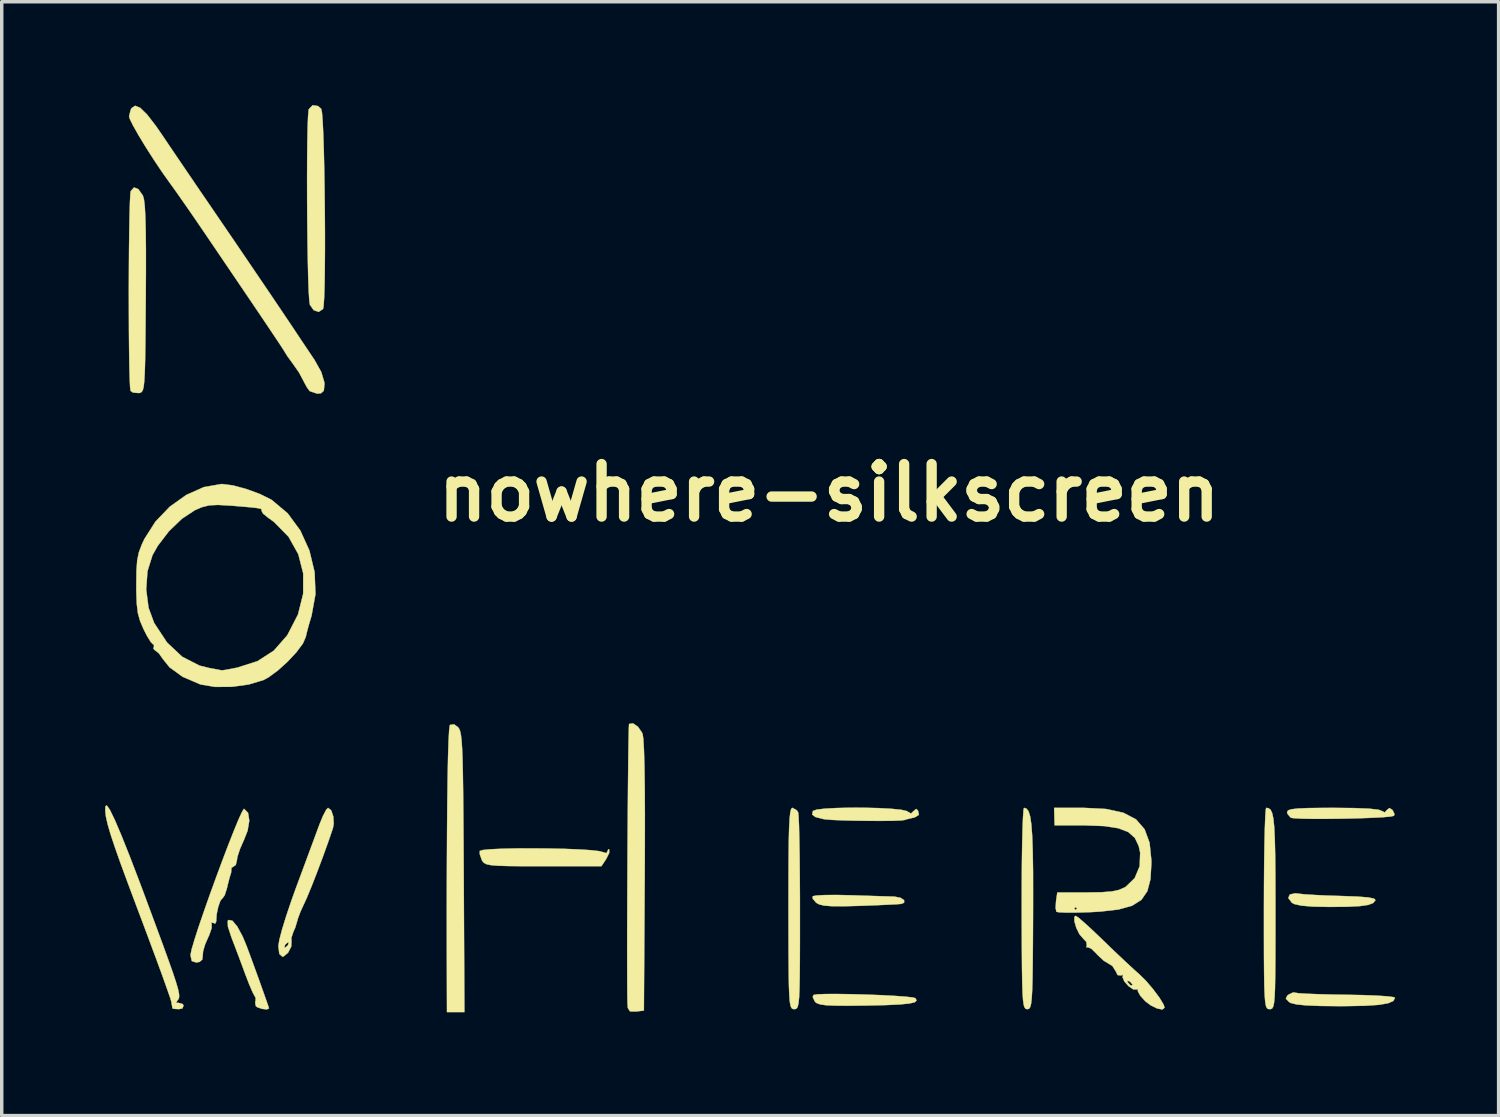
<source format=kicad_pcb>
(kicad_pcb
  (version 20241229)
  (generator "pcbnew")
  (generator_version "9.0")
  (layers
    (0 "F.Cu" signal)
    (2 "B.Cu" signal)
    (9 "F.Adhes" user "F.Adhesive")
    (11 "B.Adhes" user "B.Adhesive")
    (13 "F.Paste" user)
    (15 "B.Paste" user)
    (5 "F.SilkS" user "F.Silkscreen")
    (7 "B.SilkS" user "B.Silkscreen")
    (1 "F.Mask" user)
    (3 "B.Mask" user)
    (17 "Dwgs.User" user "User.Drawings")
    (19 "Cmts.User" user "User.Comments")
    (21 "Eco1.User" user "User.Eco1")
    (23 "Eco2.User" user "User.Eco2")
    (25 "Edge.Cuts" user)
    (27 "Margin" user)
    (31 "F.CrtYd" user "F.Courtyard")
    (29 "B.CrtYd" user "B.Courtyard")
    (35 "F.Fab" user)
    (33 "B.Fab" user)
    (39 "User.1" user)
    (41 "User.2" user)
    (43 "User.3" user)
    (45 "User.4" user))
  (footprint "nowhere-silkscreen"
    (layer "F.Cu")
    (at 21.014 11.253)
    (property "Reference" "nowhere-silkscreen" (at 0 0 0) (layer "F.SilkS") (effects (font (size 1.524 1.524) (thickness 0.3))))
    (attr through_hole)
    (fp_poly (pts (xy 13.618 11.634) (xy 13.79 11.653) (xy 14.088 11.672) (xy 14.47 11.69) (xy 14.869 11.702) (xy 15.338 11.719) (xy 15.65 11.744) (xy 15.819 11.779) (xy 15.858 11.824) (xy 15.792 11.904) (xy 15.65 11.96) (xy 15.408 11.995) (xy 15.044 12.014) (xy 14.534 12.019) (xy 14.52 12.019) (xy 14.04 12.01) (xy 13.707 11.982) (xy 13.5 11.935) (xy 13.432 11.899) (xy 13.328 11.763) (xy 13.368 11.66) (xy 13.53 11.623)) (stroke (width 0.01) (type solid)) (fill yes) (layer "F.SilkS"))
    (fp_poly (pts (xy 0.643 14.552) (xy 1.079 14.564) (xy 1.512 14.58) (xy 1.905 14.601) (xy 2.225 14.624) (xy 2.437 14.649) (xy 2.505 14.668) (xy 2.54 14.735) (xy 2.486 14.786) (xy 2.325 14.823) (xy 2.043 14.85) (xy 1.623 14.869) (xy 1.073 14.881) (xy 0.549 14.887) (xy 0.169 14.884) (xy -0.093 14.872) (xy -0.262 14.847) (xy -0.364 14.809) (xy -0.412 14.768) (xy -0.475 14.637) (xy -0.454 14.575) (xy -0.346 14.556) (xy -0.104 14.547) (xy 0.237 14.546)) (stroke (width 0.01) (type solid)) (fill yes) (layer "F.SilkS"))
    (fp_poly (pts (xy 0.604 11.68) (xy 0.618 11.68) (xy 1.044 11.694) (xy 1.429 11.706) (xy 1.73 11.715) (xy 1.898 11.72) (xy 2.074 11.755) (xy 2.177 11.825) (xy 2.176 11.897) (xy 2.098 11.93) (xy 1.976 11.941) (xy 1.721 11.954) (xy 1.367 11.97) (xy 0.952 11.986) (xy 0.889 11.988) (xy 0.413 12) (xy 0.076 11.998) (xy -0.15 11.98) (xy -0.296 11.943) (xy -0.375 11.898) (xy -0.477 11.78) (xy -0.476 11.709) (xy -0.372 11.688) (xy -0.134 11.675) (xy 0.203 11.672)) (stroke (width 0.01) (type solid)) (fill yes) (layer "F.SilkS"))
    (fp_poly (pts (xy 13.528 14.509) (xy 13.633 14.525) (xy 13.878 14.54) (xy 14.233 14.553) (xy 14.668 14.564) (xy 15.013 14.569) (xy 15.481 14.578) (xy 15.883 14.593) (xy 16.192 14.613) (xy 16.38 14.637) (xy 16.425 14.655) (xy 16.378 14.746) (xy 16.227 14.814) (xy 15.956 14.861) (xy 15.552 14.888) (xy 14.998 14.898) (xy 14.801 14.899) (xy 14.244 14.893) (xy 13.837 14.876) (xy 13.561 14.848) (xy 13.397 14.806) (xy 13.355 14.783) (xy 13.256 14.682) (xy 13.297 14.596) (xy 13.33 14.567) (xy 13.467 14.501)) (stroke (width 0.01) (type solid)) (fill yes) (layer "F.SilkS"))
    (fp_poly (pts (xy -10.773 6.801) (xy -10.739 6.846) (xy -10.71 6.915) (xy -10.687 7.024) (xy -10.667 7.186) (xy -10.652 7.417) (xy -10.639 7.731) (xy -10.63 8.142) (xy -10.622 8.664) (xy -10.616 9.313) (xy -10.61 10.103) (xy -10.605 11.01) (xy -10.585 15.071) (xy -11.091 15.071) (xy -11.093 14.541) (xy -11.096 13.215) (xy -11.097 11.99) (xy -11.094 10.876) (xy -11.089 9.878) (xy -11.082 9.004) (xy -11.072 8.261) (xy -11.06 7.657) (xy -11.045 7.198) (xy -11.028 6.893) (xy -11.009 6.748) (xy -11.004 6.737) (xy -10.883 6.72)) (stroke (width 0.01) (type solid)) (fill yes) (layer "F.SilkS"))
    (fp_poly (pts (xy 15.243 9.15) (xy 15.679 9.168) (xy 15.949 9.199) (xy 16.05 9.238) (xy 16.126 9.277) (xy 16.178 9.217) (xy 16.263 9.148) (xy 16.353 9.207) (xy 16.41 9.326) (xy 16.392 9.375) (xy 16.29 9.397) (xy 16.053 9.417) (xy 15.715 9.434) (xy 15.31 9.448) (xy 14.873 9.458) (xy 14.437 9.463) (xy 14.036 9.463) (xy 13.706 9.457) (xy 13.48 9.444) (xy 13.399 9.43) (xy 13.301 9.315) (xy 13.293 9.264) (xy 13.32 9.218) (xy 13.416 9.185) (xy 13.604 9.163) (xy 13.905 9.15) (xy 14.342 9.145) (xy 14.642 9.144)) (stroke (width 0.01) (type solid)) (fill yes) (layer "F.SilkS"))
    (fp_poly (pts (xy -17.32 12.419) (xy -17.179 12.586) (xy -17.021 12.879) (xy -16.902 13.166) (xy -16.801 13.437) (xy -16.681 13.766) (xy -16.554 14.114) (xy -16.436 14.446) (xy -16.338 14.723) (xy -16.274 14.908) (xy -16.257 14.965) (xy -16.321 14.994) (xy -16.461 14.977) (xy -16.596 14.931) (xy -16.64 14.896) (xy -16.66 14.778) (xy -16.646 14.755) (xy -16.644 14.656) (xy -16.67 14.613) (xy -16.734 14.492) (xy -16.834 14.259) (xy -16.949 13.962) (xy -16.961 13.928) (xy -17.099 13.555) (xy -17.243 13.173) (xy -17.35 12.894) (xy -17.449 12.589) (xy -17.454 12.423) (xy -17.433 12.398)) (stroke (width 0.01) (type solid)) (fill yes) (layer "F.SilkS"))
    (fp_poly (pts (xy -8.131 10.324) (xy -7.669 10.334) (xy -7.251 10.351) (xy -6.91 10.373) (xy -6.674 10.4) (xy -6.587 10.423) (xy -6.462 10.459) (xy -6.435 10.403) (xy -6.402 10.342) (xy -6.381 10.355) (xy -6.384 10.455) (xy -6.466 10.621) (xy -6.467 10.623) (xy -6.608 10.837) (xy -8.296 10.837) (xy -8.872 10.837) (xy -9.301 10.833) (xy -9.607 10.824) (xy -9.814 10.807) (xy -9.943 10.78) (xy -10.019 10.741) (xy -10.064 10.688) (xy -10.078 10.663) (xy -10.139 10.489) (xy -10.14 10.396) (xy -10.049 10.367) (xy -9.82 10.345) (xy -9.483 10.33) (xy -9.069 10.321) (xy -8.608 10.32)) (stroke (width 0.01) (type solid)) (fill yes) (layer "F.SilkS"))
    (fp_poly (pts (xy 1.03 9.141) (xy 1.441 9.151) (xy 1.806 9.171) (xy 2.088 9.199) (xy 2.252 9.236) (xy 2.273 9.249) (xy 2.376 9.309) (xy 2.448 9.24) (xy 2.527 9.174) (xy 2.58 9.225) (xy 2.607 9.345) (xy 2.489 9.419) (xy 2.4 9.44) (xy 2.247 9.477) (xy 2.201 9.494) (xy 2.093 9.509) (xy 1.854 9.519) (xy 1.524 9.522) (xy 1.142 9.521) (xy 0.747 9.516) (xy 0.378 9.506) (xy 0.074 9.493) (xy -0.127 9.476) (xy -0.156 9.471) (xy -0.397 9.41) (xy -0.493 9.338) (xy -0.47 9.236) (xy -0.469 9.234) (xy -0.364 9.196) (xy -0.125 9.167) (xy 0.211 9.149) (xy 0.607 9.14)) (stroke (width 0.01) (type solid)) (fill yes) (layer "F.SilkS"))
    (fp_poly (pts (xy -5.548 6.79) (xy -5.429 6.963) (xy -5.414 6.997) (xy -5.392 7.145) (xy -5.374 7.458) (xy -5.36 7.93) (xy -5.351 8.557) (xy -5.347 9.332) (xy -5.348 10.252) (xy -5.352 11.127) (xy -5.376 15.028) (xy -5.609 15.055) (xy -5.778 15.052) (xy -5.841 14.954) (xy -5.851 14.843) (xy -5.856 14.626) (xy -5.859 14.277) (xy -5.86 13.816) (xy -5.861 13.262) (xy -5.86 12.636) (xy -5.858 11.959) (xy -5.855 11.248) (xy -5.852 10.526) (xy -5.847 9.812) (xy -5.842 9.125) (xy -5.837 8.486) (xy -5.831 7.915) (xy -5.825 7.432) (xy -5.818 7.057) (xy -5.812 6.809) (xy -5.806 6.709) (xy -5.805 6.708) (xy -5.69 6.693)) (stroke (width 0.01) (type solid)) (fill yes) (layer "F.SilkS"))
    (fp_poly (pts (xy -14.833 -11.225) (xy -14.741 -11.144) (xy -14.719 -11.036) (xy -14.699 -10.783) (xy -14.681 -10.41) (xy -14.666 -9.941) (xy -14.653 -9.4) (xy -14.644 -8.811) (xy -14.637 -8.2) (xy -14.633 -7.59) (xy -14.633 -7.007) (xy -14.637 -6.473) (xy -14.644 -6.015) (xy -14.656 -5.656) (xy -14.672 -5.42) (xy -14.688 -5.336) (xy -14.814 -5.251) (xy -14.96 -5.301) (xy -15.07 -5.46) (xy -15.088 -5.591) (xy -15.105 -5.865) (xy -15.119 -6.258) (xy -15.13 -6.743) (xy -15.139 -7.296) (xy -15.146 -7.891) (xy -15.15 -8.503) (xy -15.151 -9.107) (xy -15.149 -9.676) (xy -15.144 -10.187) (xy -15.135 -10.612) (xy -15.123 -10.928) (xy -15.107 -11.108) (xy -15.101 -11.133) (xy -14.99 -11.248)) (stroke (width 0.01) (type solid)) (fill yes) (layer "F.SilkS"))
    (fp_poly (pts (xy -20.05 -8.815) (xy -19.918 -8.629) (xy -19.887 -8.523) (xy -19.863 -8.328) (xy -19.846 -8.032) (xy -19.835 -7.621) (xy -19.829 -7.08) (xy -19.829 -6.395) (xy -19.833 -5.673) (xy -19.839 -4.918) (xy -19.845 -4.316) (xy -19.852 -3.849) (xy -19.862 -3.499) (xy -19.876 -3.249) (xy -19.894 -3.081) (xy -19.919 -2.98) (xy -19.952 -2.926) (xy -19.993 -2.903) (xy -20.037 -2.895) (xy -20.206 -2.91) (xy -20.274 -2.958) (xy -20.288 -3.063) (xy -20.3 -3.314) (xy -20.31 -3.685) (xy -20.317 -4.152) (xy -20.322 -4.691) (xy -20.324 -5.278) (xy -20.325 -5.888) (xy -20.323 -6.497) (xy -20.319 -7.08) (xy -20.312 -7.613) (xy -20.304 -8.072) (xy -20.293 -8.433) (xy -20.281 -8.67) (xy -20.269 -8.756) (xy -20.175 -8.862)) (stroke (width 0.01) (type solid)) (fill yes) (layer "F.SilkS"))
    (fp_poly (pts (xy 5.73 9.167) (xy 5.789 9.245) (xy 5.835 9.393) (xy 5.87 9.627) (xy 5.894 9.96) (xy 5.91 10.408) (xy 5.919 10.986) (xy 5.92 11.708) (xy 5.919 12.285) (xy 5.915 13.033) (xy 5.91 13.629) (xy 5.904 14.089) (xy 5.894 14.432) (xy 5.88 14.675) (xy 5.861 14.834) (xy 5.836 14.928) (xy 5.804 14.973) (xy 5.763 14.986) (xy 5.751 14.986) (xy 5.71 14.979) (xy 5.676 14.945) (xy 5.65 14.869) (xy 5.63 14.734) (xy 5.615 14.523) (xy 5.605 14.22) (xy 5.598 13.808) (xy 5.594 13.271) (xy 5.591 12.591) (xy 5.59 12.065) (xy 5.591 11.381) (xy 5.595 10.754) (xy 5.603 10.203) (xy 5.614 9.747) (xy 5.628 9.406) (xy 5.643 9.2) (xy 5.657 9.144)) (stroke (width 0.01) (type solid)) (fill yes) (layer "F.SilkS"))
    (fp_poly (pts (xy 12.756 9.155) (xy 12.814 9.2) (xy 12.859 9.294) (xy 12.893 9.453) (xy 12.918 9.694) (xy 12.935 10.032) (xy 12.946 10.485) (xy 12.952 11.067) (xy 12.954 11.796) (xy 12.954 12.167) (xy 12.954 12.931) (xy 12.952 13.544) (xy 12.948 14.02) (xy 12.941 14.378) (xy 12.93 14.635) (xy 12.913 14.807) (xy 12.89 14.911) (xy 12.86 14.964) (xy 12.822 14.984) (xy 12.787 14.986) (xy 12.742 14.981) (xy 12.706 14.955) (xy 12.678 14.892) (xy 12.657 14.775) (xy 12.642 14.587) (xy 12.631 14.312) (xy 12.625 13.933) (xy 12.621 13.433) (xy 12.62 12.796) (xy 12.62 12.065) (xy 12.622 11.381) (xy 12.627 10.754) (xy 12.635 10.203) (xy 12.646 9.747) (xy 12.659 9.406) (xy 12.673 9.2) (xy 12.686 9.144)) (stroke (width 0.01) (type solid)) (fill yes) (layer "F.SilkS"))
    (fp_poly (pts (xy -0.938 9.213) (xy -0.898 9.278) (xy -0.886 9.392) (xy -0.874 9.655) (xy -0.865 10.045) (xy -0.856 10.541) (xy -0.851 11.123) (xy -0.847 11.768) (xy -0.847 12.199) (xy -0.847 12.959) (xy -0.849 13.566) (xy -0.853 14.039) (xy -0.86 14.393) (xy -0.871 14.645) (xy -0.888 14.814) (xy -0.912 14.915) (xy -0.942 14.966) (xy -0.982 14.984) (xy -1.012 14.986) (xy -1.056 14.981) (xy -1.092 14.954) (xy -1.119 14.889) (xy -1.141 14.769) (xy -1.156 14.578) (xy -1.167 14.298) (xy -1.173 13.914) (xy -1.177 13.409) (xy -1.179 12.765) (xy -1.18 12.065) (xy -1.179 11.267) (xy -1.176 10.623) (xy -1.171 10.118) (xy -1.161 9.736) (xy -1.147 9.464) (xy -1.128 9.284) (xy -1.104 9.183) (xy -1.074 9.145) (xy -1.066 9.144)) (stroke (width 0.01) (type solid)) (fill yes) (layer "F.SilkS"))
    (fp_poly (pts (xy -20.875 9.202) (xy -20.733 9.493) (xy -20.54 9.945) (xy -20.296 10.556) (xy -20.001 11.327) (xy -19.852 11.726) (xy -19.573 12.478) (xy -19.348 13.087) (xy -19.173 13.57) (xy -19.042 13.941) (xy -18.951 14.218) (xy -18.894 14.415) (xy -18.867 14.55) (xy -18.865 14.637) (xy -18.882 14.692) (xy -18.912 14.731) (xy -18.959 14.804) (xy -18.891 14.802) (xy -18.763 14.838) (xy -18.736 14.88) (xy -18.771 14.966) (xy -18.874 14.986) (xy -19.019 14.977) (xy -19.057 14.965) (xy -19.074 14.875) (xy -19.09 14.774) (xy -19.126 14.655) (xy -19.215 14.399) (xy -19.348 14.026) (xy -19.52 13.556) (xy -19.722 13.012) (xy -19.946 12.413) (xy -20.05 12.138) (xy -20.331 11.388) (xy -20.556 10.779) (xy -20.728 10.292) (xy -20.855 9.911) (xy -20.94 9.618) (xy -20.99 9.396) (xy -21.009 9.228) (xy -21.005 9.102) (xy -20.966 9.071)) (stroke (width 0.01) (type solid)) (fill yes) (layer "F.SilkS"))
    (fp_poly (pts (xy -14.451 9.217) (xy -14.391 9.394) (xy -14.378 9.609) (xy -14.402 9.736) (xy -14.537 10.131) (xy -14.697 10.575) (xy -14.865 11.022) (xy -15.024 11.429) (xy -15.158 11.752) (xy -15.231 11.912) (xy -15.345 12.16) (xy -15.421 12.366) (xy -15.435 12.42) (xy -15.496 12.622) (xy -15.55 12.742) (xy -15.608 12.919) (xy -15.604 13.013) (xy -15.613 13.175) (xy -15.704 13.348) (xy -15.831 13.455) (xy -15.87 13.462) (xy -15.957 13.383) (xy -15.979 13.202) (xy -15.812 13.202) (xy -15.8 13.208) (xy -15.723 13.148) (xy -15.706 13.123) (xy -15.684 13.044) (xy -15.696 13.039) (xy -15.773 13.098) (xy -15.79 13.123) (xy -15.812 13.202) (xy -15.979 13.202) (xy -15.985 13.155) (xy -15.956 12.974) (xy -15.876 12.669) (xy -15.754 12.274) (xy -15.601 11.821) (xy -15.48 11.483) (xy -15.297 10.991) (xy -15.121 10.514) (xy -14.965 10.094) (xy -14.845 9.768) (xy -14.794 9.631) (xy -14.689 9.375) (xy -14.596 9.199) (xy -14.543 9.144)) (stroke (width 0.01) (type solid)) (fill yes) (layer "F.SilkS"))
    (fp_poly (pts (xy 8.039 9.177) (xy 8.538 9.285) (xy 8.906 9.477) (xy 9.156 9.764) (xy 9.301 10.157) (xy 9.353 10.667) (xy 9.353 10.76) (xy 9.327 11.215) (xy 9.237 11.56) (xy 9.066 11.812) (xy 8.793 11.985) (xy 8.4 12.094) (xy 7.868 12.155) (xy 7.58 12.171) (xy 7.199 12.183) (xy 6.884 12.184) (xy 6.671 12.175) (xy 6.597 12.16) (xy 6.577 12.065) (xy 7.112 12.065) (xy 7.154 12.107) (xy 7.197 12.065) (xy 7.154 12.023) (xy 7.112 12.065) (xy 6.577 12.065) (xy 6.574 12.048) (xy 6.586 11.854) (xy 6.623 11.599) (xy 7.481 11.599) (xy 7.906 11.593) (xy 8.203 11.57) (xy 8.414 11.525) (xy 8.58 11.452) (xy 8.61 11.434) (xy 8.869 11.183) (xy 9.013 10.839) (xy 9.028 10.445) (xy 8.987 10.254) (xy 8.875 10.018) (xy 8.686 9.848) (xy 8.398 9.736) (xy 7.99 9.673) (xy 7.439 9.652) (xy 7.377 9.652) (xy 6.545 9.652) (xy 6.538 9.398) (xy 6.531 9.144) (xy 7.396 9.144)) (stroke (width 0.01) (type solid)) (fill yes) (layer "F.SilkS"))
    (fp_poly (pts (xy -16.864 9.289) (xy -16.829 9.514) (xy -16.877 9.804) (xy -16.982 10.071) (xy -17.099 10.337) (xy -17.174 10.568) (xy -17.187 10.659) (xy -17.221 10.801) (xy -17.272 10.837) (xy -17.346 10.885) (xy -17.347 10.901) (xy -17.357 11.028) (xy -17.402 11.171) (xy -17.441 11.321) (xy -17.482 11.493) (xy -17.543 11.68) (xy -17.605 11.768) (xy -17.611 11.769) (xy -17.669 11.842) (xy -17.73 12.017) (xy -17.775 12.228) (xy -17.788 12.409) (xy -17.786 12.433) (xy -17.817 12.504) (xy -17.872 12.484) (xy -17.937 12.468) (xy -17.921 12.507) (xy -17.921 12.633) (xy -17.99 12.834) (xy -18.012 12.88) (xy -18.112 13.109) (xy -18.167 13.295) (xy -18.17 13.314) (xy -18.186 13.49) (xy -18.193 13.547) (xy -18.273 13.616) (xy -18.372 13.631) (xy -18.497 13.59) (xy -18.532 13.437) (xy -18.532 13.399) (xy -18.501 13.249) (xy -18.422 12.979) (xy -18.304 12.613) (xy -18.155 12.177) (xy -17.986 11.696) (xy -17.804 11.194) (xy -17.62 10.698) (xy -17.443 10.232) (xy -17.281 9.821) (xy -17.145 9.491) (xy -17.043 9.267) (xy -16.985 9.173) (xy -16.98 9.172)) (stroke (width 0.01) (type solid)) (fill yes) (layer "F.SilkS"))
    (fp_poly (pts (xy -19.995 -11.174) (xy -19.795 -10.979) (xy -19.535 -10.642) (xy -19.366 -10.397) (xy -19.145 -10.069) (xy -18.86 -9.649) (xy -18.542 -9.181) (xy -18.224 -8.714) (xy -18.112 -8.551) (xy -17.591 -7.788) (xy -17.096 -7.062) (xy -16.64 -6.39) (xy -16.235 -5.793) (xy -15.896 -5.29) (xy -15.634 -4.9) (xy -15.556 -4.784) (xy -15.332 -4.447) (xy -15.095 -4.093) (xy -14.933 -3.852) (xy -14.739 -3.505) (xy -14.651 -3.209) (xy -14.647 -3.153) (xy -14.666 -2.962) (xy -14.749 -2.888) (xy -14.861 -2.879) (xy -15.075 -2.951) (xy -15.161 -3.069) (xy -15.386 -3.493) (xy -15.579 -3.768) (xy -15.722 -3.964) (xy -15.787 -4.068) (xy -15.833 -4.144) (xy -15.921 -4.279) (xy -16.058 -4.485) (xy -16.25 -4.772) (xy -16.504 -5.15) (xy -16.827 -5.628) (xy -17.227 -6.218) (xy -17.709 -6.929) (xy -18.178 -7.62) (xy -18.448 -8.015) (xy -18.712 -8.396) (xy -18.94 -8.722) (xy -19.106 -8.953) (xy -19.122 -8.975) (xy -19.352 -9.298) (xy -19.594 -9.659) (xy -19.829 -10.026) (xy -20.037 -10.369) (xy -20.2 -10.655) (xy -20.298 -10.854) (xy -20.318 -10.922) (xy -20.273 -11.108) (xy -20.245 -11.164) (xy -20.142 -11.233)) (stroke (width 0.01) (type solid)) (fill yes) (layer "F.SilkS"))
    (fp_poly (pts (xy 7.239 12.332) (xy 7.416 12.484) (xy 7.661 12.709) (xy 7.948 12.984) (xy 7.95 12.986) (xy 8.272 13.297) (xy 8.586 13.593) (xy 8.851 13.839) (xy 9.006 13.977) (xy 9.201 14.169) (xy 9.404 14.408) (xy 9.584 14.649) (xy 9.705 14.847) (xy 9.737 14.942) (xy 9.676 14.996) (xy 9.525 14.968) (xy 9.336 14.877) (xy 9.178 14.758) (xy 9.028 14.592) (xy 8.96 14.463) (xy 8.961 14.44) (xy 8.947 14.397) (xy 8.925 14.415) (xy 8.828 14.413) (xy 8.692 14.319) (xy 8.571 14.185) (xy 8.562 14.164) (xy 8.65 14.164) (xy 8.67 14.211) (xy 8.755 14.302) (xy 8.805 14.283) (xy 8.805 14.271) (xy 8.745 14.2) (xy 8.708 14.174) (xy 8.65 14.164) (xy 8.562 14.164) (xy 8.517 14.062) (xy 8.525 14.029) (xy 8.523 13.985) (xy 8.474 14.008) (xy 8.373 13.997) (xy 8.325 13.897) (xy 8.22 13.731) (xy 8.123 13.672) (xy 7.965 13.576) (xy 7.784 13.406) (xy 7.76 13.378) (xy 7.613 13.234) (xy 7.505 13.185) (xy 7.489 13.192) (xy 7.461 13.191) (xy 7.481 13.15) (xy 7.465 13.033) (xy 7.368 12.931) (xy 7.263 12.808) (xy 7.174 12.625) (xy 7.12 12.44) (xy 7.118 12.308) (xy 7.156 12.277)) (stroke (width 0.01) (type solid)) (fill yes) (layer "F.SilkS"))
    (fp_poly (pts (xy -17.306 -0.215) (xy -16.924 -0.113) (xy -16.534 0.029) (xy -16.207 0.19) (xy -16.172 0.211) (xy -15.715 0.595) (xy -15.348 1.094) (xy -15.084 1.675) (xy -14.933 2.303) (xy -14.908 2.943) (xy -15.02 3.561) (xy -15.022 3.569) (xy -15.106 3.851) (xy -15.168 4.086) (xy -15.188 4.181) (xy -15.273 4.375) (xy -15.461 4.627) (xy -15.715 4.899) (xy -15.996 5.154) (xy -16.268 5.354) (xy -16.417 5.434) (xy -16.844 5.563) (xy -17.337 5.631) (xy -17.824 5.633) (xy -18.237 5.564) (xy -18.261 5.556) (xy -18.766 5.338) (xy -19.145 5.063) (xy -19.33 4.832) (xy -19.453 4.659) (xy -19.557 4.574) (xy -19.568 4.572) (xy -19.614 4.52) (xy -19.6 4.487) (xy -19.595 4.409) (xy -19.617 4.403) (xy -19.687 4.332) (xy -19.799 4.15) (xy -19.897 3.958) (xy -19.999 3.72) (xy -20.062 3.491) (xy -20.095 3.219) (xy -20.108 2.852) (xy -20.108 2.807) (xy -19.821 2.807) (xy -19.753 3.335) (xy -19.591 3.776) (xy -19.216 4.345) (xy -18.776 4.758) (xy -18.274 5.015) (xy -17.992 5.085) (xy -17.776 5.124) (xy -17.649 5.15) (xy -17.636 5.154) (xy -17.551 5.144) (xy -17.351 5.108) (xy -17.17 5.072) (xy -16.588 4.885) (xy -16.118 4.582) (xy -15.737 4.148) (xy -15.718 4.12) (xy -15.415 3.532) (xy -15.265 2.932) (xy -15.263 2.341) (xy -15.406 1.782) (xy -15.69 1.275) (xy -16.113 0.845) (xy -16.288 0.718) (xy -16.431 0.602) (xy -16.474 0.519) (xy -16.473 0.517) (xy -16.465 0.485) (xy -16.506 0.461) (xy -16.622 0.439) (xy -16.842 0.416) (xy -17.191 0.386) (xy -17.375 0.372) (xy -17.736 0.351) (xy -17.992 0.364) (xy -18.205 0.417) (xy -18.411 0.506) (xy -18.787 0.755) (xy -19.161 1.115) (xy -19.484 1.538) (xy -19.639 1.812) (xy -19.784 2.278) (xy -19.821 2.807) (xy -20.108 2.807) (xy -20.108 2.667) (xy -20.103 2.256) (xy -20.082 1.962) (xy -20.034 1.729) (xy -19.951 1.507) (xy -19.872 1.339) (xy -19.553 0.837) (xy -19.136 0.403) (xy -18.656 0.061) (xy -18.146 -0.166) (xy -17.641 -0.254) (xy -17.611 -0.254)) (stroke (width 0.01) (type solid)) (fill yes) (layer "F.SilkS")))
  (gr_rect
    (start -3 -3)
    (end 40.445 29.329)
    (stroke (width 0.1) (type default))
    (fill no)
    (layer "Edge.Cuts")))
</source>
